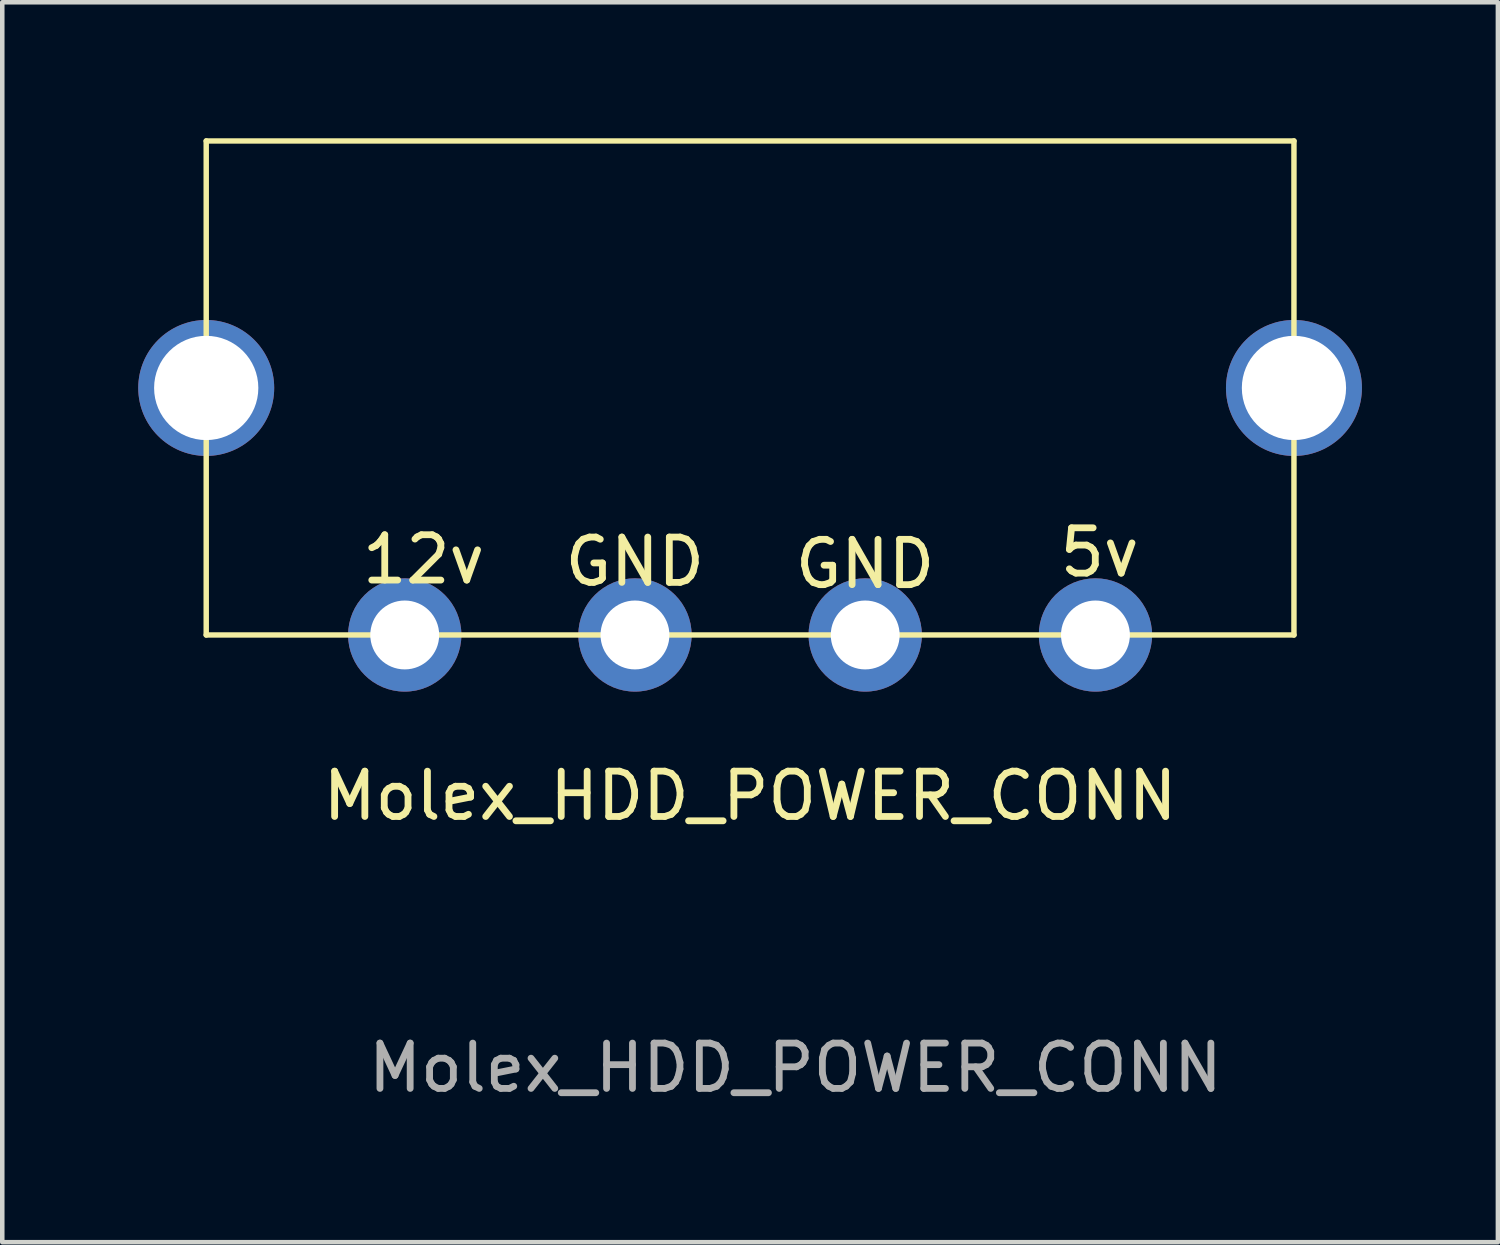
<source format=kicad_pcb>
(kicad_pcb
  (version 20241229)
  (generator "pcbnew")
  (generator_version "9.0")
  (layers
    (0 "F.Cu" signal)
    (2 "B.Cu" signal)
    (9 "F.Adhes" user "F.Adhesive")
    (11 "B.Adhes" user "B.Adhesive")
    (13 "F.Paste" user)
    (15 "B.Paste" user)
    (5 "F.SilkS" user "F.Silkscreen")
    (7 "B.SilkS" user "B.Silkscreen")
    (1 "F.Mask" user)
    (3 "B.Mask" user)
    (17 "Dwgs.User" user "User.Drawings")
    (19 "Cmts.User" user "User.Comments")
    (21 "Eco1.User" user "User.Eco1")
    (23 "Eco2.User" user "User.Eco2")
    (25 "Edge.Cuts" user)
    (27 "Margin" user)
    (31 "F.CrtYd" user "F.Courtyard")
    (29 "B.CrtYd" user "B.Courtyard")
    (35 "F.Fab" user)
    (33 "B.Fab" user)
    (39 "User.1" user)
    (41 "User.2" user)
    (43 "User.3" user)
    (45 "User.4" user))
  (footprint "Molex_HDD_POWER_CONN"
    (layer "F.Cu")
    (at 13.5 5.51)
    (property "Reference" "Molex_HDD_POWER_CONN" (at 0 9 0) (unlocked yes) (layer "F.SilkS") (effects (font (size 1 1) (thickness 0.15))))
    (attr through_hole)
    (fp_line (start -12 -5.45) (end -12 5.45) (stroke (width 0.12) (type default)) (layer "F.SilkS"))
    (fp_line (start -12 5.45) (end 12 5.45) (stroke (width 0.12) (type default)) (layer "F.SilkS"))
    (fp_line (start 12 -5.45) (end -12 -5.45) (stroke (width 0.12) (type default)) (layer "F.SilkS"))
    (fp_line (start 12 5.45) (end 12 -5.45) (stroke (width 0.12) (type default)) (layer "F.SilkS"))
    (fp_text user "12v" (at -8.636 4.369 0) (unlocked yes) (layer "F.SilkS") (effects (font (size 1 1) (thickness 0.15)) (justify left bottom)))
    (fp_text user "5v" (at 6.756 4.216 0) (unlocked yes) (layer "F.SilkS") (effects (font (size 1 1) (thickness 0.15)) (justify left bottom)))
    (fp_text user "GND" (at -4.166 4.42 0) (unlocked yes) (layer "F.SilkS") (effects (font (size 1 1) (thickness 0.15)) (justify left bottom)))
    (fp_text user "GND" (at 0.914 4.47 0) (unlocked yes) (layer "F.SilkS") (effects (font (size 1 1) (thickness 0.15)) (justify left bottom)))
    (fp_text user "${REFERENCE}" (at 1 15 0) (unlocked yes) (layer "F.Fab") (effects (font (size 1 1) (thickness 0.15))))
    (pad "1" thru_hole circle (at -7.62 5.45) (size 2.5 2.5) (drill 1.52) (layers "*.Cu" "*.Mask"))
    (pad "2" thru_hole circle (at -2.54 5.45) (size 2.5 2.5) (drill 1.52) (layers "*.Cu" "*.Mask"))
    (pad "3" thru_hole circle (at 2.54 5.45) (size 2.5 2.5) (drill 1.52) (layers "*.Cu" "*.Mask"))
    (pad "4" thru_hole circle (at 7.62 5.45) (size 2.5 2.5) (drill 1.52) (layers "*.Cu" "*.Mask"))
    (pad "MP" thru_hole circle (at -12 0) (size 3 3) (drill 2.3) (layers "*.Cu" "*.Mask"))
    (pad "MP" thru_hole circle (at 12 0) (size 3 3) (drill 2.3) (layers "*.Cu" "*.Mask")))
  (gr_rect
    (start -3 -3)
    (end 30 24.358)
    (stroke (width 0.1) (type default))
    (fill no)
    (layer "Edge.Cuts")))
</source>
